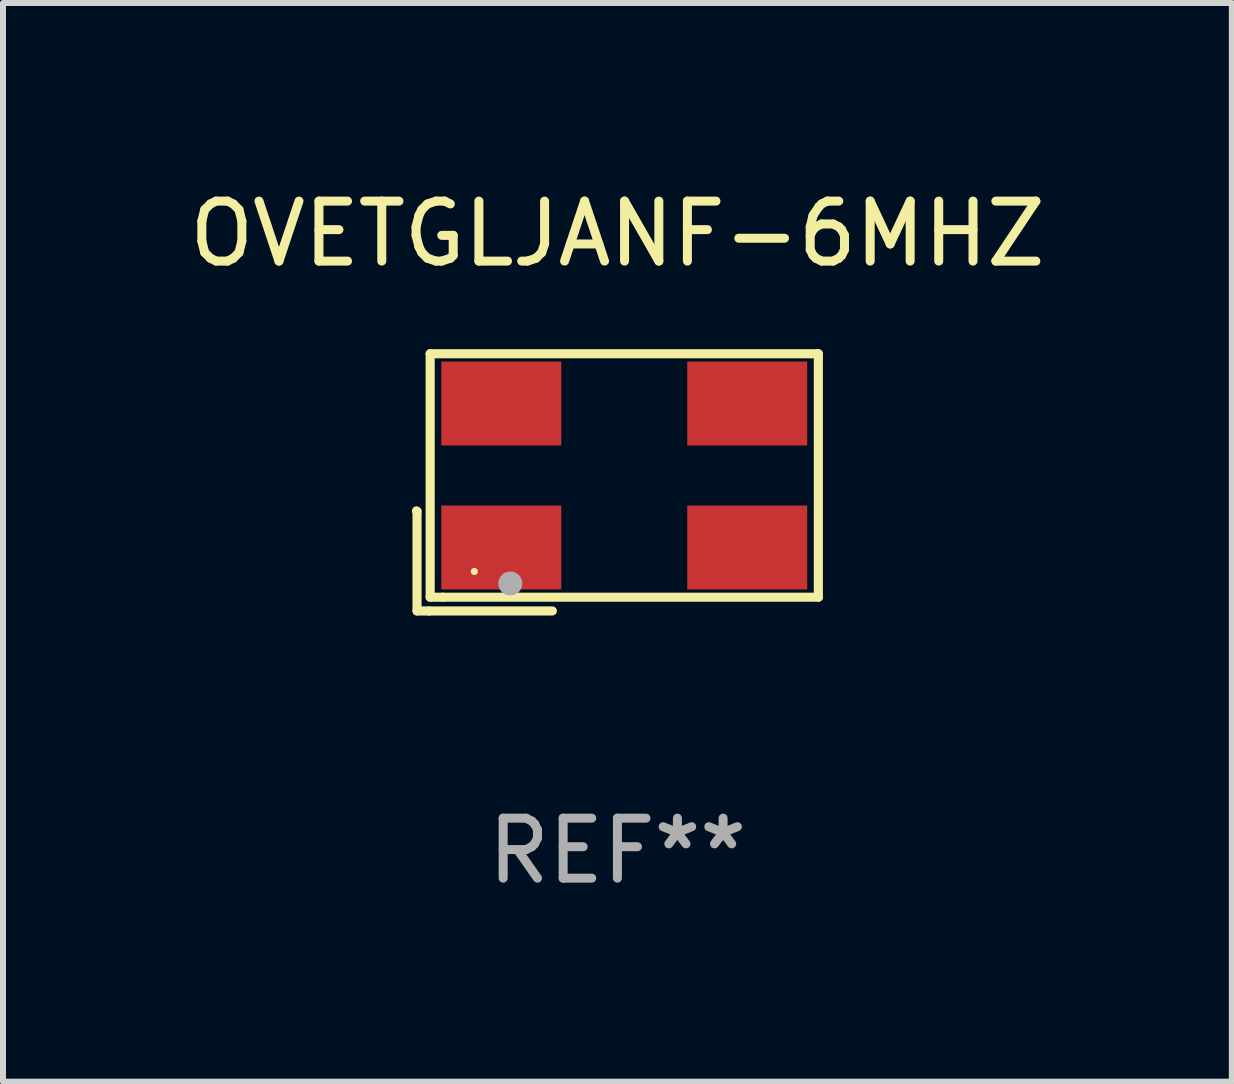
<source format=kicad_pcb>
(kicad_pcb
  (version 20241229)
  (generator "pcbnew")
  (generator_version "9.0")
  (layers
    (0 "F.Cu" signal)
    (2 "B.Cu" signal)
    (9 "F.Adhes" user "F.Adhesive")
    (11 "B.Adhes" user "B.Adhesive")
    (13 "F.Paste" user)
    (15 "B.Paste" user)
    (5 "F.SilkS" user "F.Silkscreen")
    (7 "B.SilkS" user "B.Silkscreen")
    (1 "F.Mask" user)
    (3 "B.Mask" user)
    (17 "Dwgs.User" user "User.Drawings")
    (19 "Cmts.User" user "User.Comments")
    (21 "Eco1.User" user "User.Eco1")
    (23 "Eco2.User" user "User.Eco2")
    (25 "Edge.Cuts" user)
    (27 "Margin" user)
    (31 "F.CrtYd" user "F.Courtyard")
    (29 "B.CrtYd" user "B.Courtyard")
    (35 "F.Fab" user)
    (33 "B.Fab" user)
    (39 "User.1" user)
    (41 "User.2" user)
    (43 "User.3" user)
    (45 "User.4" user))
  (footprint "OVETGLJANF-6MHZ"
    (layer "F.Cu")
    (at 7.244 4.992)
    (property "Reference" "OVETGLJANF-6MHZ" (at 0 -4.144 0) (layer "F.SilkS") (effects (font (size 1 1) (thickness 0.15))))
    (attr through_hole)
    (fp_line (start -3.35 0.476) (end -3.341 0.485) (stroke (width 0.152) (type solid)) (layer "F.SilkS"))
    (fp_line (start -3.341 0.485) (end -3.341 2.144) (stroke (width 0.152) (type solid)) (layer "F.SilkS"))
    (fp_line (start -3.341 2.144) (end -3.143 2.144) (stroke (width 0.152) (type solid)) (layer "F.SilkS"))
    (fp_line (start -3.143 2.144) (end -1.085 2.144) (stroke (width 0.152) (type solid)) (layer "F.SilkS"))
    (fp_line (start -3.122 -2.144) (end 3.35 -2.144) (stroke (width 0.152) (type solid)) (layer "F.SilkS"))
    (fp_line (start -3.122 1.915) (end -3.122 -2.144) (stroke (width 0.152) (type solid)) (layer "F.SilkS"))
    (fp_line (start -2.914 1.915) (end -3.122 1.915) (stroke (width 0.152) (type solid)) (layer "F.SilkS"))
    (fp_line (start 3.35 -2.144) (end 3.35 1.915) (stroke (width 0.152) (type solid)) (layer "F.SilkS"))
    (fp_line (start 3.35 1.915) (end -2.914 1.915) (stroke (width 0.152) (type solid)) (layer "F.SilkS"))
    (fp_circle (center -2.386 1.486) (end -2.356 1.486) (stroke (width 0.06) (type solid)) (fill no) (layer "F.SilkS"))
    (fp_circle (center -1.786 1.686) (end -1.686 1.686) (stroke (width 0.2) (type solid)) (fill no) (layer "F.Fab"))
    (fp_text user "REF**" (at 0 6.144 0) (layer "F.Fab") (effects (font (size 1 1) (thickness 0.15))))
    (pad "1" smd rect (at -1.936 1.086) (size 2 1.4) (layers "F.Cu" "F.Mask" "F.Paste"))
    (pad "2" smd rect (at 2.164 1.086) (size 2 1.4) (layers "F.Cu" "F.Mask" "F.Paste"))
    (pad "3" smd rect (at 2.164 -1.314) (size 2 1.4) (layers "F.Cu" "F.Mask" "F.Paste"))
    (pad "4" smd rect (at -1.936 -1.314) (size 2 1.4) (layers "F.Cu" "F.Mask" "F.Paste")))
  (gr_rect
    (start -3 -3)
    (end 17.488 14.984)
    (stroke (width 0.1) (type default))
    (fill no)
    (layer "Edge.Cuts")))
</source>
